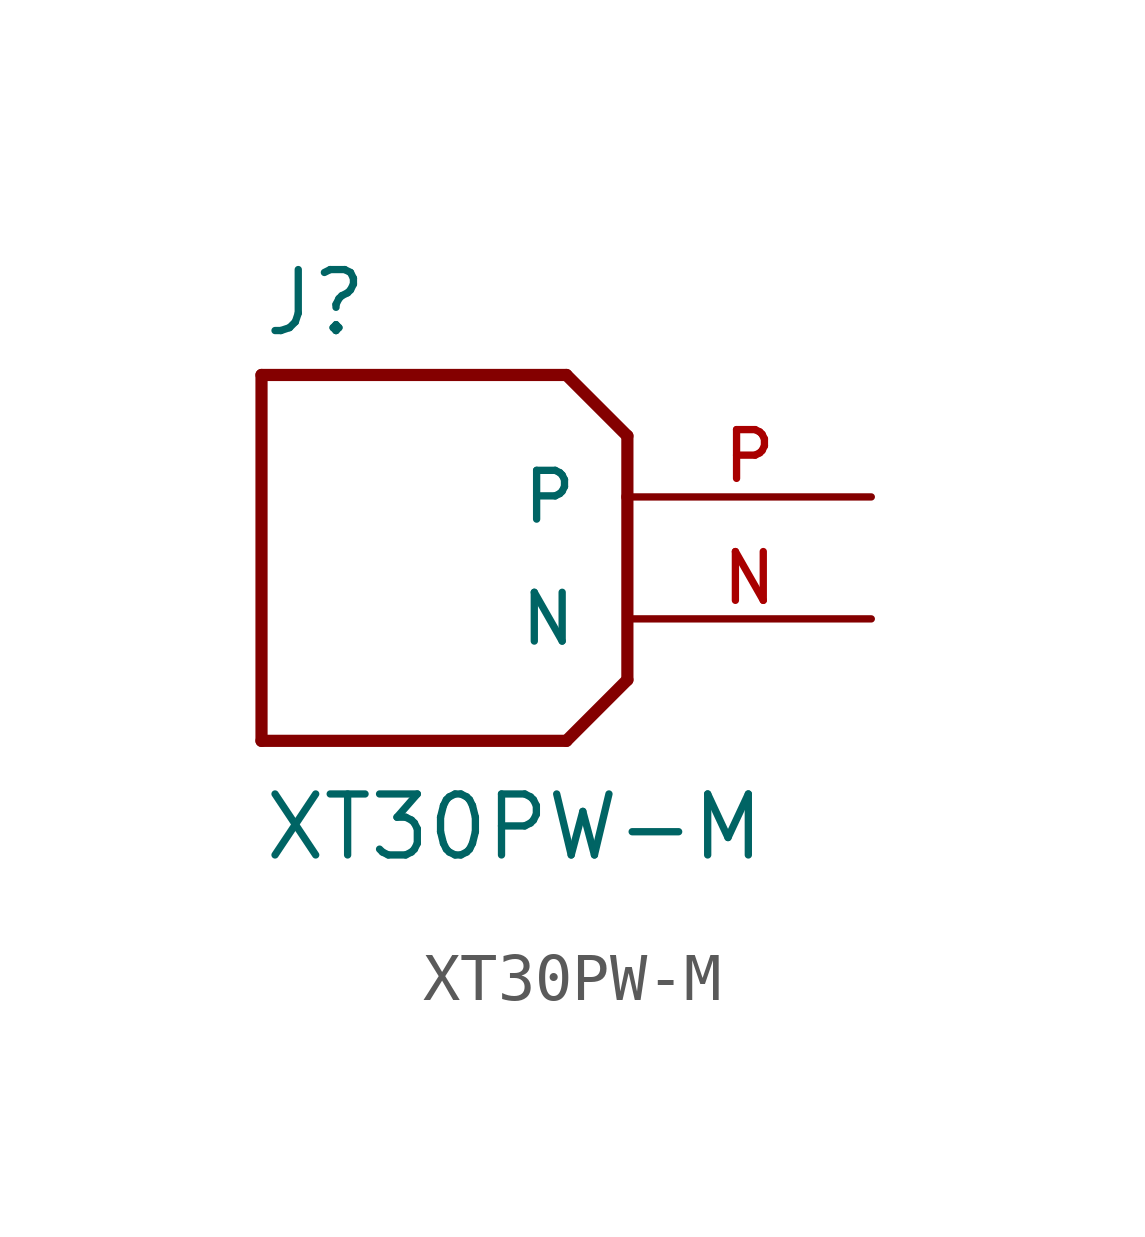
<source format=kicad_sym>
(kicad_symbol_lib
  (version 20220914)
  (generator kicad_symbol_editor)
  (symbol "XT30PW-M"
    (pin_names
      (offset 1.016))
    (property "Reference" "J"
      (at -7.62 3.302 0)
      (effects (font (size 1.27 1.27)) (justify left bottom)))
    (property "Value" "XT30PW-M"
      (at -7.62 -7.62 0)
      (effects (font (size 1.27 1.27)) (justify left bottom)))
    (symbol "XT30PW-M_0_0"
      (polyline (pts (xy -7.62 -5.08) (xy -7.62 2.54)) (stroke (width 0.254) (type default)) (fill (type none)))
      (polyline (pts (xy -7.62 2.54) (xy -1.27 2.54)) (stroke (width 0.254) (type default)) (fill (type none)))
      (polyline (pts (xy -1.27 -5.08) (xy -7.62 -5.08)) (stroke (width 0.254) (type default)) (fill (type none)))
      (polyline (pts (xy 0 -3.81) (xy -1.27 -5.08)) (stroke (width 0.254) (type default)) (fill (type none)))
      (polyline (pts (xy 0 0) (xy 0 -3.81)) (stroke (width 0.254) (type default)) (fill (type none)))
      (polyline (pts (xy 0 1.27) (xy -1.27 2.54)) (stroke (width 0.254) (type default)) (fill (type none)))
      (polyline (pts (xy 0 1.27) (xy 0 0)) (stroke (width 0.254) (type default)) (fill (type none)))
      (pin power_in line (at 5.08 -2.54 180) (length 5.08) (name "N" (effects (font (size 1.016 1.016)))) (number "N" (effects (font (size 1.016 1.016))))))
    (symbol "XT30PW-M_1_0"
      (pin power_in line (at 5.08 0 180) (length 5.08) (name "P" (effects (font (size 1.016 1.016)))) (number "P" (effects (font (size 1.016 1.016)))))
      (pin power_in line (at 5.08 -2.54 180) (length 5.08) hide (name "S1" (effects (font (size 1.016 1.016)))) (number "S1" (effects (font (size 1.016 1.016)))))
      (pin power_in line (at 5.08 -2.54 180) (length 5.08) hide (name "S2" (effects (font (size 1.016 1.016)))) (number "S2" (effects (font (size 1.016 1.016))))))))
</source>
